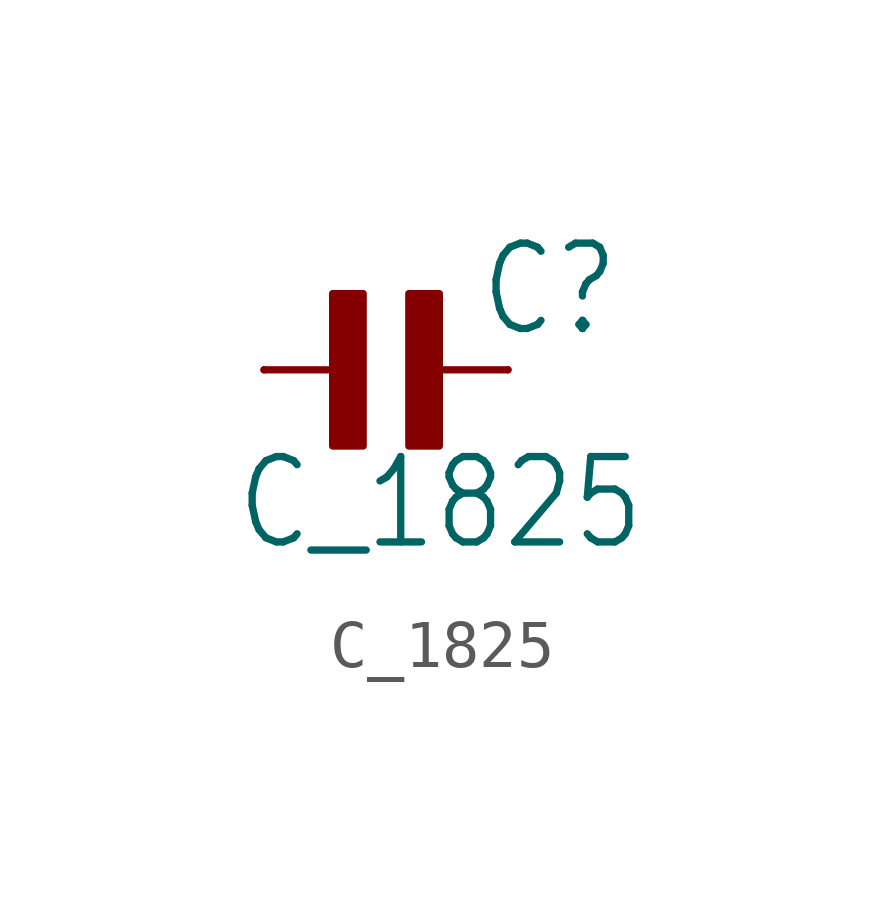
<source format=kicad_sym>
(kicad_symbol_lib
  (version 20211014)
  (generator kicad_symbol_editor)
  (symbol "C_1825"
    (property "Reference" "C"
      (at 1.905 0.635 0)
      (effects (font (size 1.778 1.511)) (justify left bottom)))
    (property "Value" "C_1825"
      (at -3.175 -3.81 0)
      (effects (font (size 1.778 1.511)) (justify left bottom)))
    (property "ki_locked" ""
      (at 0 0 0)
      (effects (font (size 1.27 1.27))))
    (symbol "C_1825_1_0"
      (rectangle (start -1.111 -1.587) (end -0.476 1.587) (stroke (width 0) (type default) (color 0 0 0 0)) (fill (type outline)))
      (polyline (pts (xy -2.54 0) (xy -0.635 0)) (stroke (width 0.152) (type default) (color 0 0 0 0)) (fill (type none)))
      (polyline (pts (xy 2.54 0) (xy 0.635 0)) (stroke (width 0.152) (type default) (color 0 0 0 0)) (fill (type none)))
      (rectangle (start 0.476 -1.587) (end 1.111 1.587) (stroke (width 0) (type default) (color 0 0 0 0)) (fill (type outline)))
      (pin passive line (at -2.54 0 0) (length 0) (name "1" (effects (font (size 0 0)))) (number "1" (effects (font (size 0 0)))))
      (pin passive line (at 2.54 0 180) (length 0) (name "2" (effects (font (size 0 0)))) (number "2" (effects (font (size 0 0))))))))
</source>
